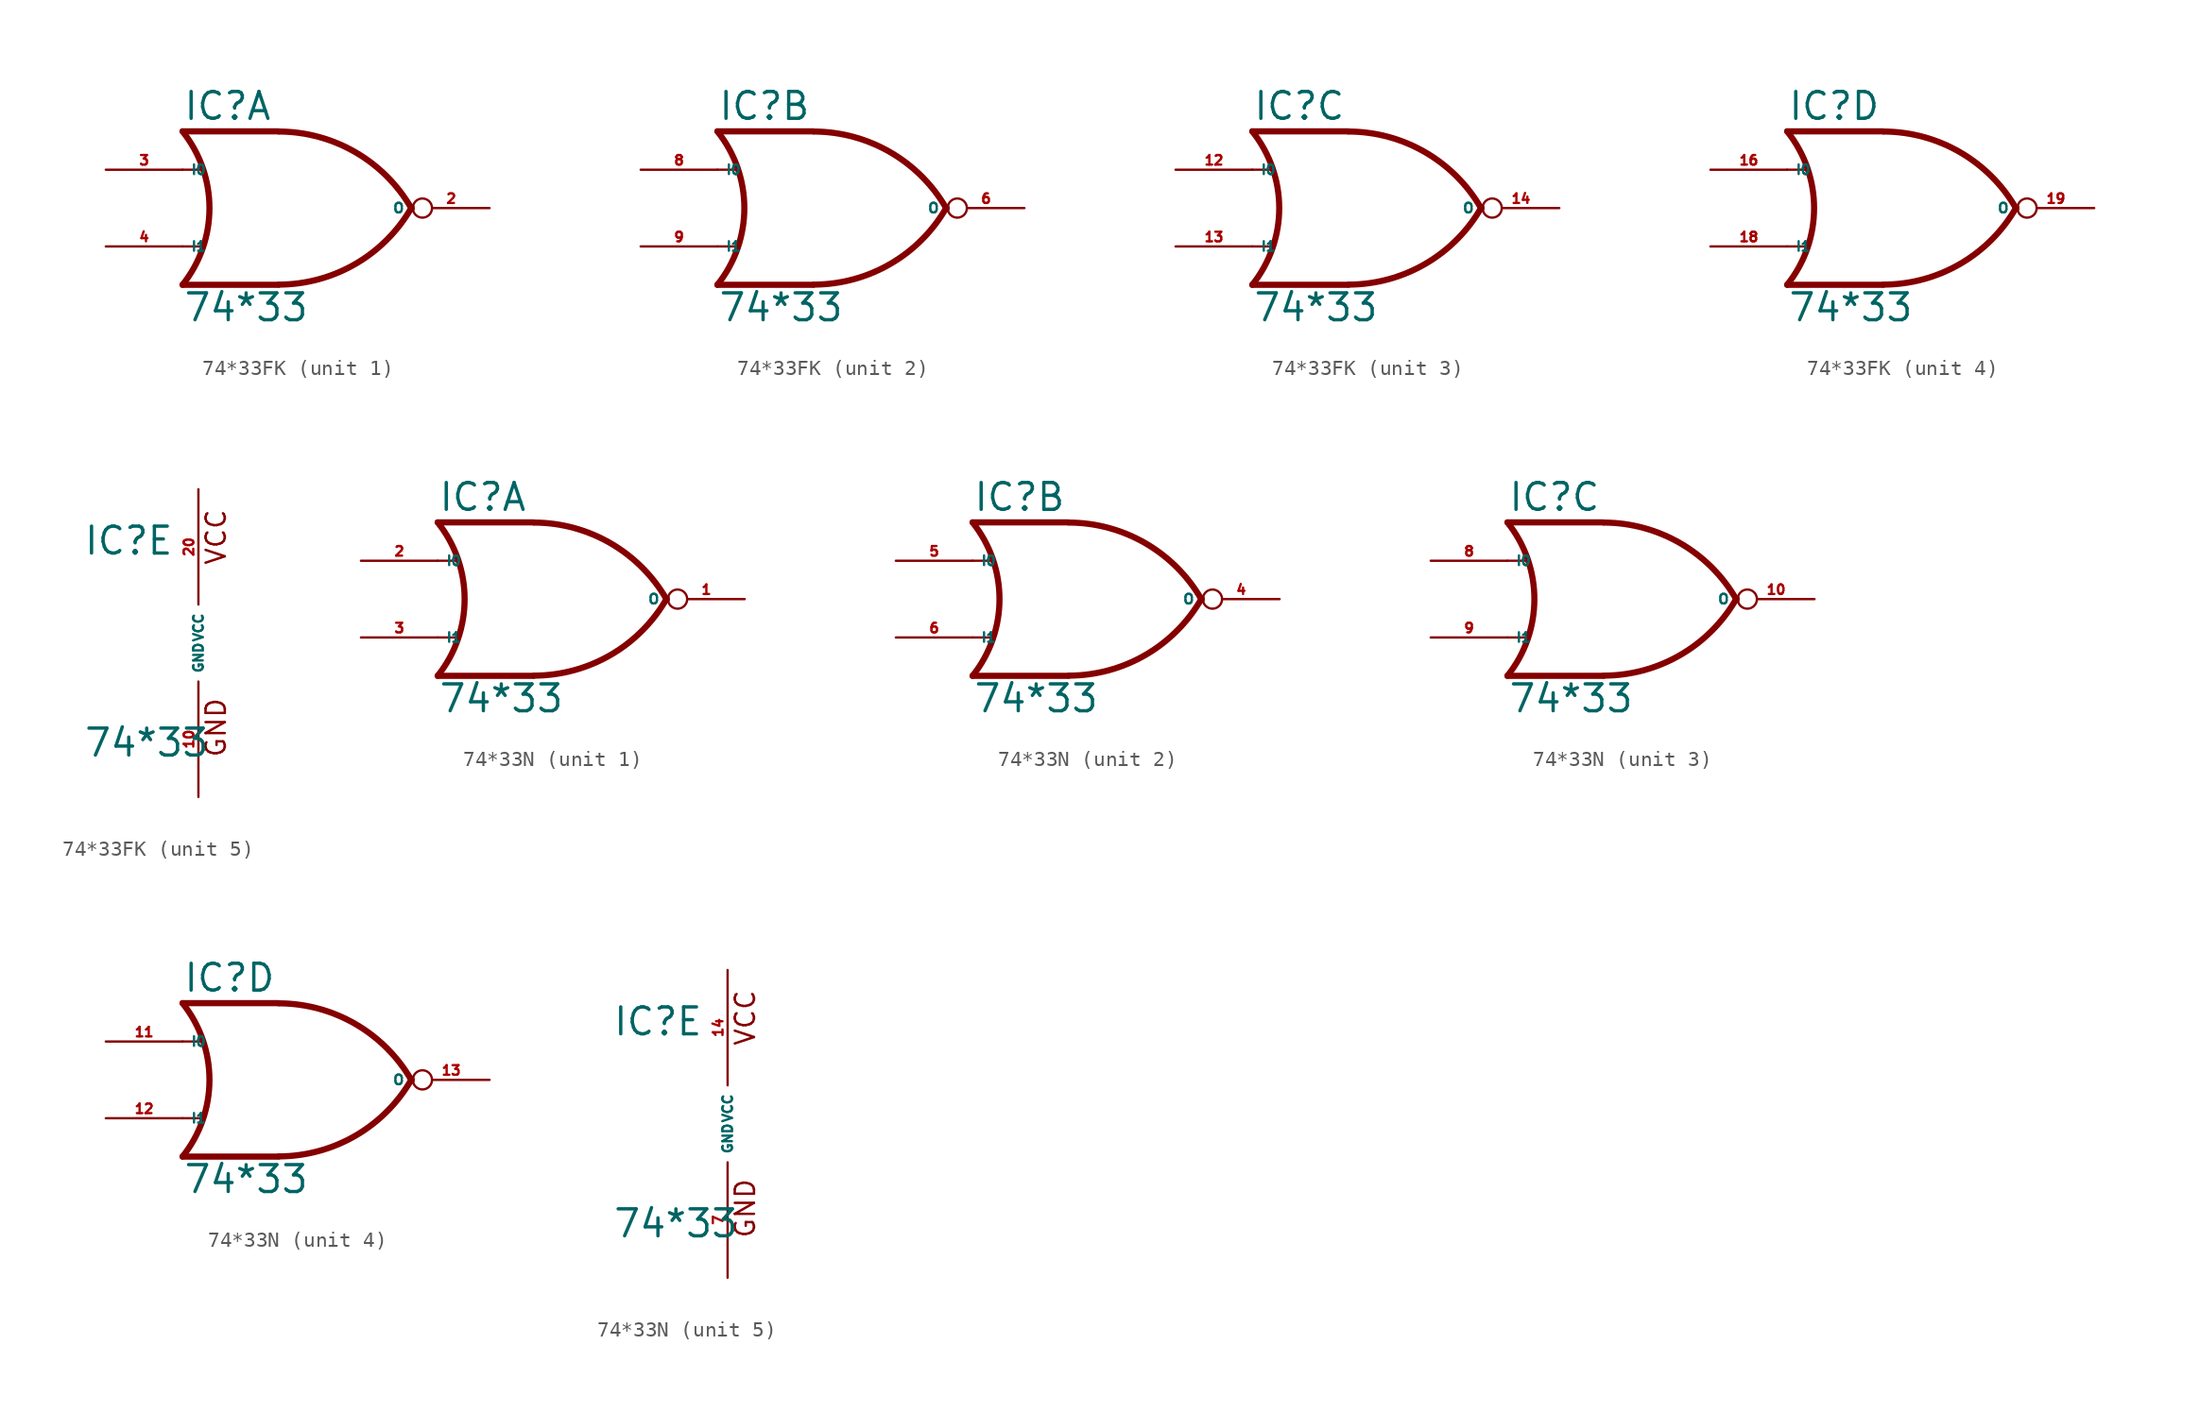
<source format=kicad_sym>
(kicad_symbol_lib
  (version 20220914)
  (generator Eagle2Kicad)
  (symbol "74*33FK"
    (property "Reference" "IC"
      (at -7.62 5.715 0)
      (effects (font (size 1.778 1.778) (thickness 0.22)) (justify left bottom)))
    (property "Value" "74*33"
      (at -7.62 -7.62 0)
      (effects (font (size 1.778 1.778) (thickness 0.22)) (justify left bottom)))
    (symbol "74*33FK_1_0"
      (polyline (pts (xy -1.27 5.08) (xy -7.62 5.08)) (stroke (width 0.406) (type default)) (fill (type none)))
      (polyline (pts (xy -1.27 -5.08) (xy -7.62 -5.08)) (stroke (width 0.406) (type default)) (fill (type none)))
      (polyline (pts (xy -7.62 2.54) (xy -6.35 2.54)) (stroke (width 0.152) (type default)) (fill (type none)))
      (polyline (pts (xy -7.62 -2.54) (xy -6.35 -2.54)) (stroke (width 0.152) (type default)) (fill (type none)))
      (arc (start -1.2446 -5.0678) (mid 3.837 -3.689) (end 7.5439 0.0507) (stroke (width 0.4064) (type default)) (fill (type none)))
      (arc (start 7.5442 -0.0505) (mid 3.837 3.689) (end -1.2446 5.0678) (stroke (width 0.4064) (type default)) (fill (type none)))
      (arc (start -7.62 -5.08) (mid -5.838 0.000) (end -7.62 5.08) (stroke (width 0.4064) (type default)) (fill (type none)))
      (pin output inverted (at 12.7 0 180) (length 5.08) (name "O" (effects (font (size 0.635 0.635) (thickness 0.08)) (justify left bottom))) (number "2" (effects (font (size 0.635 0.635) (thickness 0.08)) (justify left bottom))))
      (pin input line (at -12.7 2.54 0) (length 5.08) (name "I0" (effects (font (size 0.635 0.635) (thickness 0.08)) (justify left bottom))) (number "3" (effects (font (size 0.635 0.635) (thickness 0.08)) (justify left bottom))))
      (pin input line (at -12.7 -2.54 0) (length 5.08) (name "I1" (effects (font (size 0.635 0.635) (thickness 0.08)) (justify left bottom))) (number "4" (effects (font (size 0.635 0.635) (thickness 0.08)) (justify left bottom)))))
    (symbol "74*33FK_2_0"
      (polyline (pts (xy -1.27 5.08) (xy -7.62 5.08)) (stroke (width 0.406) (type default)) (fill (type none)))
      (polyline (pts (xy -1.27 -5.08) (xy -7.62 -5.08)) (stroke (width 0.406) (type default)) (fill (type none)))
      (polyline (pts (xy -7.62 2.54) (xy -6.35 2.54)) (stroke (width 0.152) (type default)) (fill (type none)))
      (polyline (pts (xy -7.62 -2.54) (xy -6.35 -2.54)) (stroke (width 0.152) (type default)) (fill (type none)))
      (arc (start -1.2446 -5.0678) (mid 3.837 -3.689) (end 7.5439 0.0507) (stroke (width 0.4064) (type default)) (fill (type none)))
      (arc (start 7.5442 -0.0505) (mid 3.837 3.689) (end -1.2446 5.0678) (stroke (width 0.4064) (type default)) (fill (type none)))
      (arc (start -7.62 -5.08) (mid -5.838 0.000) (end -7.62 5.08) (stroke (width 0.4064) (type default)) (fill (type none)))
      (pin output inverted (at 12.7 0 180) (length 5.08) (name "O" (effects (font (size 0.635 0.635) (thickness 0.08)) (justify left bottom))) (number "6" (effects (font (size 0.635 0.635) (thickness 0.08)) (justify left bottom))))
      (pin input line (at -12.7 2.54 0) (length 5.08) (name "I0" (effects (font (size 0.635 0.635) (thickness 0.08)) (justify left bottom))) (number "8" (effects (font (size 0.635 0.635) (thickness 0.08)) (justify left bottom))))
      (pin input line (at -12.7 -2.54 0) (length 5.08) (name "I1" (effects (font (size 0.635 0.635) (thickness 0.08)) (justify left bottom))) (number "9" (effects (font (size 0.635 0.635) (thickness 0.08)) (justify left bottom)))))
    (symbol "74*33FK_3_0"
      (polyline (pts (xy -1.27 5.08) (xy -7.62 5.08)) (stroke (width 0.406) (type default)) (fill (type none)))
      (polyline (pts (xy -1.27 -5.08) (xy -7.62 -5.08)) (stroke (width 0.406) (type default)) (fill (type none)))
      (polyline (pts (xy -7.62 2.54) (xy -6.35 2.54)) (stroke (width 0.152) (type default)) (fill (type none)))
      (polyline (pts (xy -7.62 -2.54) (xy -6.35 -2.54)) (stroke (width 0.152) (type default)) (fill (type none)))
      (arc (start -1.2446 -5.0678) (mid 3.837 -3.689) (end 7.5439 0.0507) (stroke (width 0.4064) (type default)) (fill (type none)))
      (arc (start 7.5442 -0.0505) (mid 3.837 3.689) (end -1.2446 5.0678) (stroke (width 0.4064) (type default)) (fill (type none)))
      (arc (start -7.62 -5.08) (mid -5.838 0.000) (end -7.62 5.08) (stroke (width 0.4064) (type default)) (fill (type none)))
      (pin output inverted (at 12.7 0 180) (length 5.08) (name "O" (effects (font (size 0.635 0.635) (thickness 0.08)) (justify left bottom))) (number "14" (effects (font (size 0.635 0.635) (thickness 0.08)) (justify left bottom))))
      (pin input line (at -12.7 2.54 0) (length 5.08) (name "I0" (effects (font (size 0.635 0.635) (thickness 0.08)) (justify left bottom))) (number "12" (effects (font (size 0.635 0.635) (thickness 0.08)) (justify left bottom))))
      (pin input line (at -12.7 -2.54 0) (length 5.08) (name "I1" (effects (font (size 0.635 0.635) (thickness 0.08)) (justify left bottom))) (number "13" (effects (font (size 0.635 0.635) (thickness 0.08)) (justify left bottom)))))
    (symbol "74*33FK_4_0"
      (polyline (pts (xy -1.27 5.08) (xy -7.62 5.08)) (stroke (width 0.406) (type default)) (fill (type none)))
      (polyline (pts (xy -1.27 -5.08) (xy -7.62 -5.08)) (stroke (width 0.406) (type default)) (fill (type none)))
      (polyline (pts (xy -7.62 2.54) (xy -6.35 2.54)) (stroke (width 0.152) (type default)) (fill (type none)))
      (polyline (pts (xy -7.62 -2.54) (xy -6.35 -2.54)) (stroke (width 0.152) (type default)) (fill (type none)))
      (arc (start -1.2446 -5.0678) (mid 3.837 -3.689) (end 7.5439 0.0507) (stroke (width 0.4064) (type default)) (fill (type none)))
      (arc (start 7.5442 -0.0505) (mid 3.837 3.689) (end -1.2446 5.0678) (stroke (width 0.4064) (type default)) (fill (type none)))
      (arc (start -7.62 -5.08) (mid -5.838 0.000) (end -7.62 5.08) (stroke (width 0.4064) (type default)) (fill (type none)))
      (pin output inverted (at 12.7 0 180) (length 5.08) (name "O" (effects (font (size 0.635 0.635) (thickness 0.08)) (justify left bottom))) (number "19" (effects (font (size 0.635 0.635) (thickness 0.08)) (justify left bottom))))
      (pin input line (at -12.7 2.54 0) (length 5.08) (name "I0" (effects (font (size 0.635 0.635) (thickness 0.08)) (justify left bottom))) (number "16" (effects (font (size 0.635 0.635) (thickness 0.08)) (justify left bottom))))
      (pin input line (at -12.7 -2.54 0) (length 5.08) (name "I1" (effects (font (size 0.635 0.635) (thickness 0.08)) (justify left bottom))) (number "18" (effects (font (size 0.635 0.635) (thickness 0.08)) (justify left bottom)))))
    (symbol "74*33FK_5_0"
      (text "GND" (at 1.905 -7.62 900) (effects (font (size 1.27 1.27) (thickness 0.16)) (justify left bottom)))
      (text "VCC" (at 1.905 5.08 900) (effects (font (size 1.27 1.27) (thickness 0.16)) (justify left bottom)))
      (pin unspecified line (at 0 -10.16 90) (length 7.62) (name "GND" (effects (font (size 0.635 0.635) (thickness 0.08)) (justify left bottom))) (number "10" (effects (font (size 0.635 0.635) (thickness 0.08)) (justify left bottom))))
      (pin unspecified line (at 0 10.16 270) (length 7.62) (name "VCC" (effects (font (size 0.635 0.635) (thickness 0.08)) (justify left bottom))) (number "20" (effects (font (size 0.635 0.635) (thickness 0.08)) (justify left bottom))))))
  (symbol "74*33N"
    (property "Reference" "IC"
      (at -7.62 5.715 0)
      (effects (font (size 1.778 1.778) (thickness 0.22)) (justify left bottom)))
    (property "Value" "74*33"
      (at -7.62 -7.62 0)
      (effects (font (size 1.778 1.778) (thickness 0.22)) (justify left bottom)))
    (symbol "74*33N_1_0"
      (polyline (pts (xy -1.27 5.08) (xy -7.62 5.08)) (stroke (width 0.406) (type default)) (fill (type none)))
      (polyline (pts (xy -1.27 -5.08) (xy -7.62 -5.08)) (stroke (width 0.406) (type default)) (fill (type none)))
      (polyline (pts (xy -7.62 2.54) (xy -6.35 2.54)) (stroke (width 0.152) (type default)) (fill (type none)))
      (polyline (pts (xy -7.62 -2.54) (xy -6.35 -2.54)) (stroke (width 0.152) (type default)) (fill (type none)))
      (arc (start -1.2446 -5.0678) (mid 3.837 -3.689) (end 7.5439 0.0507) (stroke (width 0.4064) (type default)) (fill (type none)))
      (arc (start 7.5442 -0.0505) (mid 3.837 3.689) (end -1.2446 5.0678) (stroke (width 0.4064) (type default)) (fill (type none)))
      (arc (start -7.62 -5.08) (mid -5.838 0.000) (end -7.62 5.08) (stroke (width 0.4064) (type default)) (fill (type none)))
      (pin output inverted (at 12.7 0 180) (length 5.08) (name "O" (effects (font (size 0.635 0.635) (thickness 0.08)) (justify left bottom))) (number "1" (effects (font (size 0.635 0.635) (thickness 0.08)) (justify left bottom))))
      (pin input line (at -12.7 2.54 0) (length 5.08) (name "I0" (effects (font (size 0.635 0.635) (thickness 0.08)) (justify left bottom))) (number "2" (effects (font (size 0.635 0.635) (thickness 0.08)) (justify left bottom))))
      (pin input line (at -12.7 -2.54 0) (length 5.08) (name "I1" (effects (font (size 0.635 0.635) (thickness 0.08)) (justify left bottom))) (number "3" (effects (font (size 0.635 0.635) (thickness 0.08)) (justify left bottom)))))
    (symbol "74*33N_2_0"
      (polyline (pts (xy -1.27 5.08) (xy -7.62 5.08)) (stroke (width 0.406) (type default)) (fill (type none)))
      (polyline (pts (xy -1.27 -5.08) (xy -7.62 -5.08)) (stroke (width 0.406) (type default)) (fill (type none)))
      (polyline (pts (xy -7.62 2.54) (xy -6.35 2.54)) (stroke (width 0.152) (type default)) (fill (type none)))
      (polyline (pts (xy -7.62 -2.54) (xy -6.35 -2.54)) (stroke (width 0.152) (type default)) (fill (type none)))
      (arc (start -1.2446 -5.0678) (mid 3.837 -3.689) (end 7.5439 0.0507) (stroke (width 0.4064) (type default)) (fill (type none)))
      (arc (start 7.5442 -0.0505) (mid 3.837 3.689) (end -1.2446 5.0678) (stroke (width 0.4064) (type default)) (fill (type none)))
      (arc (start -7.62 -5.08) (mid -5.838 0.000) (end -7.62 5.08) (stroke (width 0.4064) (type default)) (fill (type none)))
      (pin output inverted (at 12.7 0 180) (length 5.08) (name "O" (effects (font (size 0.635 0.635) (thickness 0.08)) (justify left bottom))) (number "4" (effects (font (size 0.635 0.635) (thickness 0.08)) (justify left bottom))))
      (pin input line (at -12.7 2.54 0) (length 5.08) (name "I0" (effects (font (size 0.635 0.635) (thickness 0.08)) (justify left bottom))) (number "5" (effects (font (size 0.635 0.635) (thickness 0.08)) (justify left bottom))))
      (pin input line (at -12.7 -2.54 0) (length 5.08) (name "I1" (effects (font (size 0.635 0.635) (thickness 0.08)) (justify left bottom))) (number "6" (effects (font (size 0.635 0.635) (thickness 0.08)) (justify left bottom)))))
    (symbol "74*33N_3_0"
      (polyline (pts (xy -1.27 5.08) (xy -7.62 5.08)) (stroke (width 0.406) (type default)) (fill (type none)))
      (polyline (pts (xy -1.27 -5.08) (xy -7.62 -5.08)) (stroke (width 0.406) (type default)) (fill (type none)))
      (polyline (pts (xy -7.62 2.54) (xy -6.35 2.54)) (stroke (width 0.152) (type default)) (fill (type none)))
      (polyline (pts (xy -7.62 -2.54) (xy -6.35 -2.54)) (stroke (width 0.152) (type default)) (fill (type none)))
      (arc (start -1.2446 -5.0678) (mid 3.837 -3.689) (end 7.5439 0.0507) (stroke (width 0.4064) (type default)) (fill (type none)))
      (arc (start 7.5442 -0.0505) (mid 3.837 3.689) (end -1.2446 5.0678) (stroke (width 0.4064) (type default)) (fill (type none)))
      (arc (start -7.62 -5.08) (mid -5.838 0.000) (end -7.62 5.08) (stroke (width 0.4064) (type default)) (fill (type none)))
      (pin output inverted (at 12.7 0 180) (length 5.08) (name "O" (effects (font (size 0.635 0.635) (thickness 0.08)) (justify left bottom))) (number "10" (effects (font (size 0.635 0.635) (thickness 0.08)) (justify left bottom))))
      (pin input line (at -12.7 2.54 0) (length 5.08) (name "I0" (effects (font (size 0.635 0.635) (thickness 0.08)) (justify left bottom))) (number "8" (effects (font (size 0.635 0.635) (thickness 0.08)) (justify left bottom))))
      (pin input line (at -12.7 -2.54 0) (length 5.08) (name "I1" (effects (font (size 0.635 0.635) (thickness 0.08)) (justify left bottom))) (number "9" (effects (font (size 0.635 0.635) (thickness 0.08)) (justify left bottom)))))
    (symbol "74*33N_4_0"
      (polyline (pts (xy -1.27 5.08) (xy -7.62 5.08)) (stroke (width 0.406) (type default)) (fill (type none)))
      (polyline (pts (xy -1.27 -5.08) (xy -7.62 -5.08)) (stroke (width 0.406) (type default)) (fill (type none)))
      (polyline (pts (xy -7.62 2.54) (xy -6.35 2.54)) (stroke (width 0.152) (type default)) (fill (type none)))
      (polyline (pts (xy -7.62 -2.54) (xy -6.35 -2.54)) (stroke (width 0.152) (type default)) (fill (type none)))
      (arc (start -1.2446 -5.0678) (mid 3.837 -3.689) (end 7.5439 0.0507) (stroke (width 0.4064) (type default)) (fill (type none)))
      (arc (start 7.5442 -0.0505) (mid 3.837 3.689) (end -1.2446 5.0678) (stroke (width 0.4064) (type default)) (fill (type none)))
      (arc (start -7.62 -5.08) (mid -5.838 0.000) (end -7.62 5.08) (stroke (width 0.4064) (type default)) (fill (type none)))
      (pin output inverted (at 12.7 0 180) (length 5.08) (name "O" (effects (font (size 0.635 0.635) (thickness 0.08)) (justify left bottom))) (number "13" (effects (font (size 0.635 0.635) (thickness 0.08)) (justify left bottom))))
      (pin input line (at -12.7 2.54 0) (length 5.08) (name "I0" (effects (font (size 0.635 0.635) (thickness 0.08)) (justify left bottom))) (number "11" (effects (font (size 0.635 0.635) (thickness 0.08)) (justify left bottom))))
      (pin input line (at -12.7 -2.54 0) (length 5.08) (name "I1" (effects (font (size 0.635 0.635) (thickness 0.08)) (justify left bottom))) (number "12" (effects (font (size 0.635 0.635) (thickness 0.08)) (justify left bottom)))))
    (symbol "74*33N_5_0"
      (text "GND" (at 1.905 -7.62 900) (effects (font (size 1.27 1.27) (thickness 0.16)) (justify left bottom)))
      (text "VCC" (at 1.905 5.08 900) (effects (font (size 1.27 1.27) (thickness 0.16)) (justify left bottom)))
      (pin unspecified line (at 0 -10.16 90) (length 7.62) (name "GND" (effects (font (size 0.635 0.635) (thickness 0.08)) (justify left bottom))) (number "7" (effects (font (size 0.635 0.635) (thickness 0.08)) (justify left bottom))))
      (pin unspecified line (at 0 10.16 270) (length 7.62) (name "VCC" (effects (font (size 0.635 0.635) (thickness 0.08)) (justify left bottom))) (number "14" (effects (font (size 0.635 0.635) (thickness 0.08)) (justify left bottom)))))))
</source>
